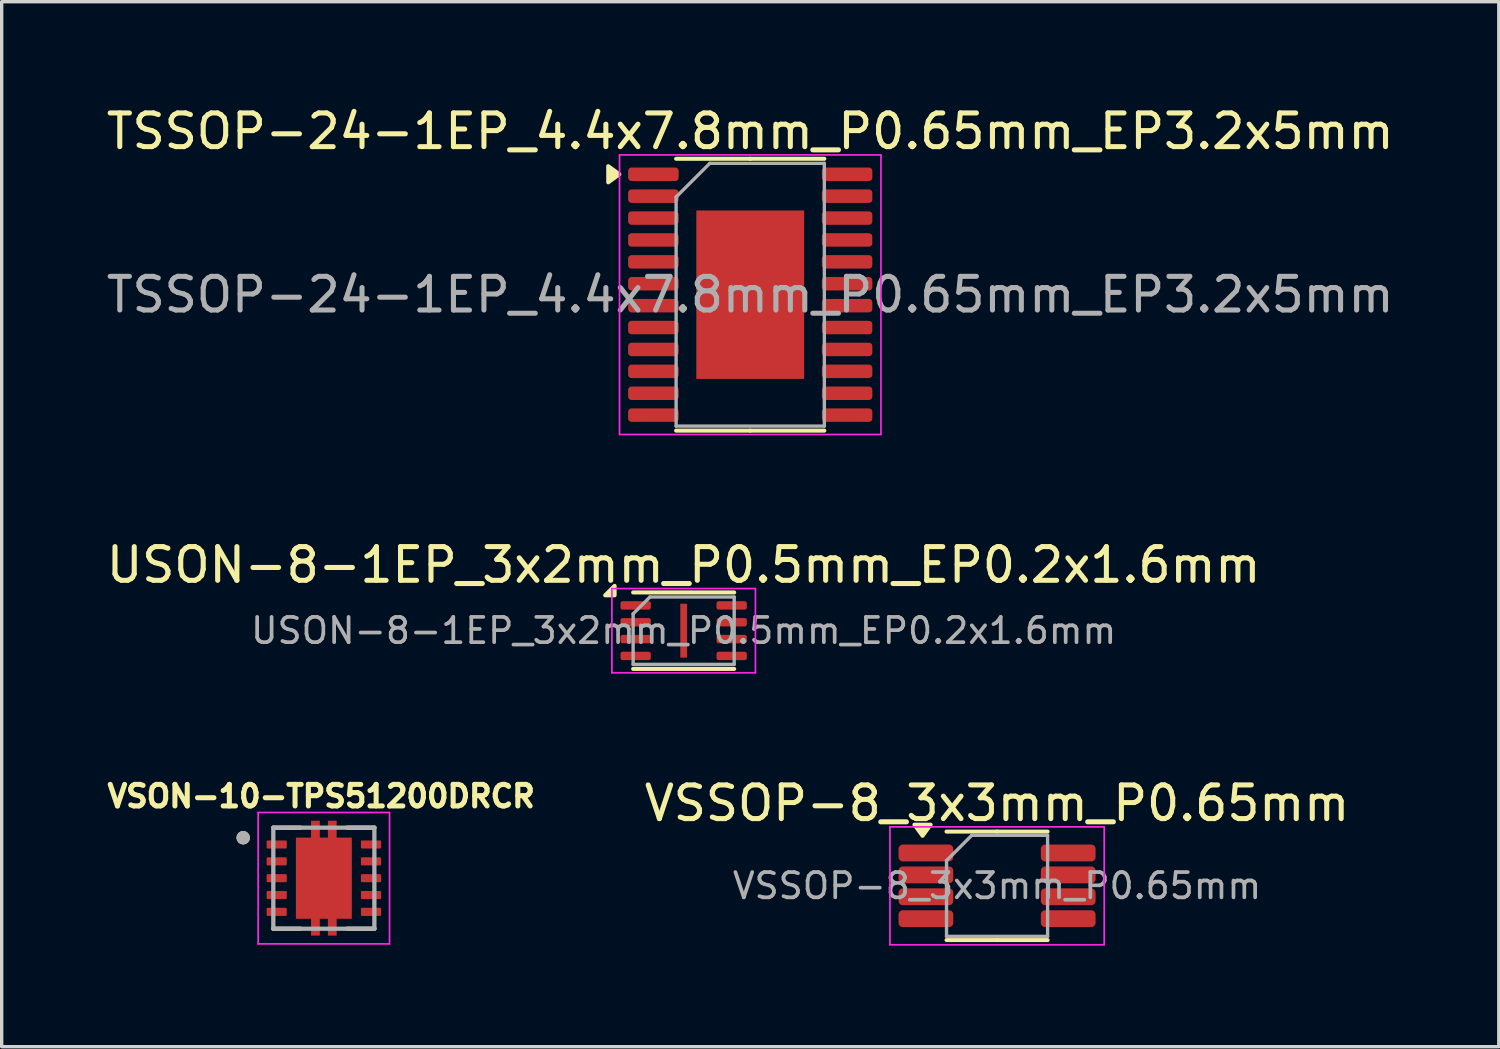
<source format=kicad_pcb>
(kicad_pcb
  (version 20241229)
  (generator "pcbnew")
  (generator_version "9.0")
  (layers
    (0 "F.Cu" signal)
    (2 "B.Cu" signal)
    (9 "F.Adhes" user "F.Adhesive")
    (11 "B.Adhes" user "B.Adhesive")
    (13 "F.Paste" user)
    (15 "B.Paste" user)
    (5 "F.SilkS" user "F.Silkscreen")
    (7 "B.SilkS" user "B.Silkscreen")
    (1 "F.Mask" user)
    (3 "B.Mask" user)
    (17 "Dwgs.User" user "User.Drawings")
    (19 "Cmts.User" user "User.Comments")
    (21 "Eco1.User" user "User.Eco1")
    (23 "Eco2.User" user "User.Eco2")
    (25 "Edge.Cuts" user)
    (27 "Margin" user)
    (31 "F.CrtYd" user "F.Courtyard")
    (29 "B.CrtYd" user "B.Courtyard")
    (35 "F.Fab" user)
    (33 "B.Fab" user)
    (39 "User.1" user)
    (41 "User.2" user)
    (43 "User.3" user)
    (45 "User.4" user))
  (footprint "VSSOP-8_3x3mm_P0.65mm"
    (layer "F.Cu")
    (at 26.547 23.245)
    (property "Reference" "VSSOP-8_3x3mm_P0.65mm" (at 0 -2.45 0) (layer "F.SilkS") (effects (font (size 1 1) (thickness 0.15))))
    (attr smd)
    (fp_line (start 0 -1.61) (end -1.5 -1.61) (stroke (width 0.12) (type solid)) (layer "F.SilkS"))
    (fp_line (start 0 -1.61) (end 1.5 -1.61) (stroke (width 0.12) (type solid)) (layer "F.SilkS"))
    (fp_line (start 0 1.61) (end -1.5 1.61) (stroke (width 0.12) (type solid)) (layer "F.SilkS"))
    (fp_line (start 0 1.61) (end 1.5 1.61) (stroke (width 0.12) (type solid)) (layer "F.SilkS"))
    (fp_poly (pts (xy -2.212 -1.485) (xy -2.453 -1.815) (xy -1.972 -1.815) (xy -2.212 -1.485)) (stroke (width 0.12) (type solid)) (fill yes) (layer "F.SilkS"))
    (fp_line (start -3.18 -1.75) (end -3.18 1.75) (stroke (width 0.05) (type solid)) (layer "F.CrtYd"))
    (fp_line (start -3.18 1.75) (end 3.18 1.75) (stroke (width 0.05) (type solid)) (layer "F.CrtYd"))
    (fp_line (start 3.18 -1.75) (end -3.18 -1.75) (stroke (width 0.05) (type solid)) (layer "F.CrtYd"))
    (fp_line (start 3.18 1.75) (end 3.18 -1.75) (stroke (width 0.05) (type solid)) (layer "F.CrtYd"))
    (fp_line (start -1.5 -0.75) (end -0.75 -1.5) (stroke (width 0.1) (type solid)) (layer "F.Fab"))
    (fp_line (start -1.5 1.5) (end -1.5 -0.75) (stroke (width 0.1) (type solid)) (layer "F.Fab"))
    (fp_line (start -0.75 -1.5) (end 1.5 -1.5) (stroke (width 0.1) (type solid)) (layer "F.Fab"))
    (fp_line (start 1.5 -1.5) (end 1.5 1.5) (stroke (width 0.1) (type solid)) (layer "F.Fab"))
    (fp_line (start 1.5 1.5) (end -1.5 1.5) (stroke (width 0.1) (type solid)) (layer "F.Fab"))
    (fp_text user "${REFERENCE}" (at 0 0 0) (layer "F.Fab") (effects (font (size 0.75 0.75) (thickness 0.11))))
    (pad "1" smd roundrect (at -2.112 -0.975) (size 1.625 0.5) (layers "F.Cu" "F.Mask" "F.Paste") (roundrect_rratio 0.25))
    (pad "2" smd roundrect (at -2.112 -0.325) (size 1.625 0.5) (layers "F.Cu" "F.Mask" "F.Paste") (roundrect_rratio 0.25))
    (pad "3" smd roundrect (at -2.112 0.325) (size 1.625 0.5) (layers "F.Cu" "F.Mask" "F.Paste") (roundrect_rratio 0.25))
    (pad "4" smd roundrect (at -2.112 0.975) (size 1.625 0.5) (layers "F.Cu" "F.Mask" "F.Paste") (roundrect_rratio 0.25))
    (pad "5" smd roundrect (at 2.112 0.975) (size 1.625 0.5) (layers "F.Cu" "F.Mask" "F.Paste") (roundrect_rratio 0.25))
    (pad "6" smd roundrect (at 2.112 0.325) (size 1.625 0.5) (layers "F.Cu" "F.Mask" "F.Paste") (roundrect_rratio 0.25))
    (pad "7" smd roundrect (at 2.112 -0.325) (size 1.625 0.5) (layers "F.Cu" "F.Mask" "F.Paste") (roundrect_rratio 0.25))
    (pad "8" smd roundrect (at 2.112 -0.975) (size 1.625 0.5) (layers "F.Cu" "F.Mask" "F.Paste") (roundrect_rratio 0.25)))
  (footprint "VSON-10-TPS51200DRCR"
    (layer "F.Cu")
    (at 6.563 23.018)
    (property "Reference" "VSON-10-TPS51200DRCR" (at -0.078 -2.433 0) (layer "F.SilkS") (effects (font (size 0.64 0.64) (thickness 0.15))))
    (attr smd)
    (fp_line (start -1.5 -1.5) (end -0.695 -1.5) (stroke (width 0.127) (type solid)) (layer "F.SilkS"))
    (fp_line (start -1.5 1.5) (end -0.695 1.5) (stroke (width 0.127) (type solid)) (layer "F.SilkS"))
    (fp_line (start 0.695 -1.5) (end 1.5 -1.5) (stroke (width 0.127) (type solid)) (layer "F.SilkS"))
    (fp_line (start 0.695 1.5) (end 1.5 1.5) (stroke (width 0.127) (type solid)) (layer "F.SilkS"))
    (fp_circle (center -2.395 -1.2) (end -2.295 -1.2) (stroke (width 0.2) (type solid)) (fill no) (layer "F.SilkS"))
    (fp_poly (pts (xy -0.75 -1.16) (xy 0.75 -1.16) (xy 0.75 -0.1) (xy -0.75 -0.1)) (stroke (width 0.01) (type solid)) (fill yes) (layer "F.Paste"))
    (fp_poly (pts (xy -0.75 0.1) (xy 0.75 0.1) (xy 0.75 1.16) (xy -0.75 1.16)) (stroke (width 0.01) (type solid)) (fill yes) (layer "F.Paste"))
    (fp_poly (pts (xy -0.375 -1.7) (xy -0.125 -1.7) (xy -0.125 -1.36) (xy -0.375 -1.36)) (stroke (width 0.01) (type solid)) (fill yes) (layer "F.Paste"))
    (fp_poly (pts (xy -0.375 1.36) (xy -0.125 1.36) (xy -0.125 1.7) (xy -0.375 1.7)) (stroke (width 0.01) (type solid)) (fill yes) (layer "F.Paste"))
    (fp_poly (pts (xy 0.125 -1.7) (xy 0.375 -1.7) (xy 0.375 -1.36) (xy 0.125 -1.36)) (stroke (width 0.01) (type solid)) (fill yes) (layer "F.Paste"))
    (fp_poly (pts (xy 0.125 1.36) (xy 0.375 1.36) (xy 0.375 1.7) (xy 0.125 1.7)) (stroke (width 0.01) (type solid)) (fill yes) (layer "F.Paste"))
    (fp_line (start -1.95 -1.95) (end -1.95 1.95) (stroke (width 0.05) (type solid)) (layer "F.CrtYd"))
    (fp_line (start -1.95 -1.95) (end 1.95 -1.95) (stroke (width 0.05) (type solid)) (layer "F.CrtYd"))
    (fp_line (start -1.95 1.95) (end 1.95 1.95) (stroke (width 0.05) (type solid)) (layer "F.CrtYd"))
    (fp_line (start 1.95 -1.95) (end 1.95 1.95) (stroke (width 0.05) (type solid)) (layer "F.CrtYd"))
    (fp_line (start -1.5 -1.5) (end -1.5 1.5) (stroke (width 0.127) (type solid)) (layer "F.Fab"))
    (fp_line (start -1.5 -1.5) (end 1.5 -1.5) (stroke (width 0.127) (type solid)) (layer "F.Fab"))
    (fp_line (start -1.5 1.5) (end 1.5 1.5) (stroke (width 0.127) (type solid)) (layer "F.Fab"))
    (fp_line (start 1.5 -1.5) (end 1.5 1.5) (stroke (width 0.127) (type solid)) (layer "F.Fab"))
    (fp_circle (center -2.395 -1.2) (end -2.295 -1.2) (stroke (width 0.2) (type solid)) (fill no) (layer "F.Fab"))
    (pad "1" smd roundrect (at -1.4 -1) (size 0.6 0.24) (layers "F.Cu" "F.Mask" "F.Paste") (roundrect_rratio 0.125))
    (pad "2" smd roundrect (at -1.4 -0.5) (size 0.6 0.24) (layers "F.Cu" "F.Mask" "F.Paste") (roundrect_rratio 0.125))
    (pad "3" smd roundrect (at -1.4 0) (size 0.6 0.24) (layers "F.Cu" "F.Mask" "F.Paste") (roundrect_rratio 0.125))
    (pad "4" smd roundrect (at -1.4 0.5) (size 0.6 0.24) (layers "F.Cu" "F.Mask" "F.Paste") (roundrect_rratio 0.125))
    (pad "5" smd roundrect (at -1.4 1) (size 0.6 0.24) (layers "F.Cu" "F.Mask" "F.Paste") (roundrect_rratio 0.125))
    (pad "6" smd roundrect (at 1.4 1) (size 0.6 0.24) (layers "F.Cu" "F.Mask" "F.Paste") (roundrect_rratio 0.125))
    (pad "7" smd roundrect (at 1.4 0.5) (size 0.6 0.24) (layers "F.Cu" "F.Mask" "F.Paste") (roundrect_rratio 0.125))
    (pad "8" smd roundrect (at 1.4 0) (size 0.6 0.24) (layers "F.Cu" "F.Mask" "F.Paste") (roundrect_rratio 0.125))
    (pad "9" smd roundrect (at 1.4 -0.5) (size 0.6 0.24) (layers "F.Cu" "F.Mask" "F.Paste") (roundrect_rratio 0.125))
    (pad "10" smd roundrect (at 1.4 -1) (size 0.6 0.24) (layers "F.Cu" "F.Mask" "F.Paste") (roundrect_rratio 0.125))
    (pad "11" smd custom (at 0 0) (size 1.65 2.4) (layers "F.Cu" "F.Mask" "F.Paste") (options (anchor rect)) (primitives (gr_poly (pts (xy -0.825 -1.2) (xy -0.375 -1.2) (xy -0.375 -1.7) (xy -0.125 -1.7) (xy -0.125 -1.2) (xy 0.125 -1.2) (xy 0.125 -1.7) (xy 0.375 -1.7) (xy 0.375 -1.2) (xy 0.825 -1.2) (xy 0.825 1.2) (xy 0.375 1.2) (xy 0.375 1.7) (xy 0.125 1.7) (xy 0.125 1.2) (xy -0.125 1.2) (xy -0.125 1.7) (xy -0.375 1.7) (xy -0.375 1.2) (xy -0.825 1.2)) (width 0.01) (fill yes)))))
  (footprint "TSSOP-24-1EP_4.4x7.8mm_P0.65mm_EP3.2x5mm"
    (layer "F.Cu")
    (at 19.22 5.698)
    (property "Reference" "TSSOP-24-1EP_4.4x7.8mm_P0.65mm_EP3.2x5mm" (at 0 -4.85 0) (layer "F.SilkS") (effects (font (size 1 1) (thickness 0.15))))
    (attr smd)
    (fp_line (start 0 -4.035) (end -2.2 -4.035) (stroke (width 0.12) (type solid)) (layer "F.SilkS"))
    (fp_line (start 0 -4.035) (end 2.2 -4.035) (stroke (width 0.12) (type solid)) (layer "F.SilkS"))
    (fp_line (start 0 4.035) (end -2.2 4.035) (stroke (width 0.12) (type solid)) (layer "F.SilkS"))
    (fp_line (start 0 4.035) (end 2.2 4.035) (stroke (width 0.12) (type solid)) (layer "F.SilkS"))
    (fp_poly (pts (xy -3.885 -3.575) (xy -4.215 -3.815) (xy -4.215 -3.335) (xy -3.885 -3.575)) (stroke (width 0.12) (type solid)) (fill yes) (layer "F.SilkS"))
    (fp_line (start -3.88 -4.15) (end -3.88 4.15) (stroke (width 0.05) (type solid)) (layer "F.CrtYd"))
    (fp_line (start -3.88 4.15) (end 3.88 4.15) (stroke (width 0.05) (type solid)) (layer "F.CrtYd"))
    (fp_line (start 3.88 -4.15) (end -3.88 -4.15) (stroke (width 0.05) (type solid)) (layer "F.CrtYd"))
    (fp_line (start 3.88 4.15) (end 3.88 -4.15) (stroke (width 0.05) (type solid)) (layer "F.CrtYd"))
    (fp_line (start -2.2 -2.9) (end -1.2 -3.9) (stroke (width 0.1) (type solid)) (layer "F.Fab"))
    (fp_line (start -2.2 3.9) (end -2.2 -2.9) (stroke (width 0.1) (type solid)) (layer "F.Fab"))
    (fp_line (start -1.2 -3.9) (end 2.2 -3.9) (stroke (width 0.1) (type solid)) (layer "F.Fab"))
    (fp_line (start 2.2 -3.9) (end 2.2 3.9) (stroke (width 0.1) (type solid)) (layer "F.Fab"))
    (fp_line (start 2.2 3.9) (end -2.2 3.9) (stroke (width 0.1) (type solid)) (layer "F.Fab"))
    (fp_text user "${REFERENCE}" (at 0 0 0) (layer "F.Fab") (effects (font (size 1 1) (thickness 0.15))))
    (pad "" smd roundrect (at -0.8 -1.67) (size 1.29 1.34) (layers "F.Paste") (roundrect_rratio 0.194))
    (pad "" smd roundrect (at -0.8 0) (size 1.29 1.34) (layers "F.Paste") (roundrect_rratio 0.194))
    (pad "" smd roundrect (at -0.8 1.67) (size 1.29 1.34) (layers "F.Paste") (roundrect_rratio 0.194))
    (pad "" smd roundrect (at 0.8 -1.67) (size 1.29 1.34) (layers "F.Paste") (roundrect_rratio 0.194))
    (pad "" smd roundrect (at 0.8 0) (size 1.29 1.34) (layers "F.Paste") (roundrect_rratio 0.194))
    (pad "" smd roundrect (at 0.8 1.67) (size 1.29 1.34) (layers "F.Paste") (roundrect_rratio 0.194))
    (pad "1" smd roundrect (at -2.875 -3.575) (size 1.5 0.4) (layers "F.Cu" "F.Mask" "F.Paste") (roundrect_rratio 0.25))
    (pad "2" smd roundrect (at -2.875 -2.925) (size 1.5 0.4) (layers "F.Cu" "F.Mask" "F.Paste") (roundrect_rratio 0.25))
    (pad "3" smd roundrect (at -2.875 -2.275) (size 1.5 0.4) (layers "F.Cu" "F.Mask" "F.Paste") (roundrect_rratio 0.25))
    (pad "4" smd roundrect (at -2.875 -1.625) (size 1.5 0.4) (layers "F.Cu" "F.Mask" "F.Paste") (roundrect_rratio 0.25))
    (pad "5" smd roundrect (at -2.875 -0.975) (size 1.5 0.4) (layers "F.Cu" "F.Mask" "F.Paste") (roundrect_rratio 0.25))
    (pad "6" smd roundrect (at -2.875 -0.325) (size 1.5 0.4) (layers "F.Cu" "F.Mask" "F.Paste") (roundrect_rratio 0.25))
    (pad "7" smd roundrect (at -2.875 0.325) (size 1.5 0.4) (layers "F.Cu" "F.Mask" "F.Paste") (roundrect_rratio 0.25))
    (pad "8" smd roundrect (at -2.875 0.975) (size 1.5 0.4) (layers "F.Cu" "F.Mask" "F.Paste") (roundrect_rratio 0.25))
    (pad "9" smd roundrect (at -2.875 1.625) (size 1.5 0.4) (layers "F.Cu" "F.Mask" "F.Paste") (roundrect_rratio 0.25))
    (pad "10" smd roundrect (at -2.875 2.275) (size 1.5 0.4) (layers "F.Cu" "F.Mask" "F.Paste") (roundrect_rratio 0.25))
    (pad "11" smd roundrect (at -2.875 2.925) (size 1.5 0.4) (layers "F.Cu" "F.Mask" "F.Paste") (roundrect_rratio 0.25))
    (pad "12" smd roundrect (at -2.875 3.575) (size 1.5 0.4) (layers "F.Cu" "F.Mask" "F.Paste") (roundrect_rratio 0.25))
    (pad "13" smd roundrect (at 2.875 3.575) (size 1.5 0.4) (layers "F.Cu" "F.Mask" "F.Paste") (roundrect_rratio 0.25))
    (pad "14" smd roundrect (at 2.875 2.925) (size 1.5 0.4) (layers "F.Cu" "F.Mask" "F.Paste") (roundrect_rratio 0.25))
    (pad "15" smd roundrect (at 2.875 2.275) (size 1.5 0.4) (layers "F.Cu" "F.Mask" "F.Paste") (roundrect_rratio 0.25))
    (pad "16" smd roundrect (at 2.875 1.625) (size 1.5 0.4) (layers "F.Cu" "F.Mask" "F.Paste") (roundrect_rratio 0.25))
    (pad "17" smd roundrect (at 2.875 0.975) (size 1.5 0.4) (layers "F.Cu" "F.Mask" "F.Paste") (roundrect_rratio 0.25))
    (pad "18" smd roundrect (at 2.875 0.325) (size 1.5 0.4) (layers "F.Cu" "F.Mask" "F.Paste") (roundrect_rratio 0.25))
    (pad "19" smd roundrect (at 2.875 -0.325) (size 1.5 0.4) (layers "F.Cu" "F.Mask" "F.Paste") (roundrect_rratio 0.25))
    (pad "20" smd roundrect (at 2.875 -0.975) (size 1.5 0.4) (layers "F.Cu" "F.Mask" "F.Paste") (roundrect_rratio 0.25))
    (pad "21" smd roundrect (at 2.875 -1.625) (size 1.5 0.4) (layers "F.Cu" "F.Mask" "F.Paste") (roundrect_rratio 0.25))
    (pad "22" smd roundrect (at 2.875 -2.275) (size 1.5 0.4) (layers "F.Cu" "F.Mask" "F.Paste") (roundrect_rratio 0.25))
    (pad "23" smd roundrect (at 2.875 -2.925) (size 1.5 0.4) (layers "F.Cu" "F.Mask" "F.Paste") (roundrect_rratio 0.25))
    (pad "24" smd roundrect (at 2.875 -3.575) (size 1.5 0.4) (layers "F.Cu" "F.Mask" "F.Paste") (roundrect_rratio 0.25))
    (pad "25" smd rect (at 0 0) (size 3.2 5) (property pad_prop_heatsink) (layers "F.Cu" "F.Mask")))
  (footprint "USON-8-1EP_3x2mm_P0.5mm_EP0.2x1.6mm"
    (layer "F.Cu")
    (at 17.244 15.671)
    (property "Reference" "USON-8-1EP_3x2mm_P0.5mm_EP0.2x1.6mm" (at 0 -1.95 0) (layer "F.SilkS") (effects (font (size 1 1) (thickness 0.15))))
    (attr smd)
    (fp_line (start -1.5 -1.135) (end 1.5 -1.135) (stroke (width 0.12) (type solid)) (layer "F.SilkS"))
    (fp_line (start -1.5 1.135) (end 1.5 1.135) (stroke (width 0.12) (type solid)) (layer "F.SilkS"))
    (fp_poly (pts (xy -2.05 -1.05) (xy -2.33 -1.05) (xy -2.05 -1.33) (xy -2.05 -1.05)) (stroke (width 0.12) (type solid)) (fill yes) (layer "F.SilkS"))
    (fp_line (start -2.13 -1.25) (end -2.13 1.25) (stroke (width 0.05) (type solid)) (layer "F.CrtYd"))
    (fp_line (start -2.13 1.25) (end 2.13 1.25) (stroke (width 0.05) (type solid)) (layer "F.CrtYd"))
    (fp_line (start 2.13 -1.25) (end -2.13 -1.25) (stroke (width 0.05) (type solid)) (layer "F.CrtYd"))
    (fp_line (start 2.13 1.25) (end 2.13 -1.25) (stroke (width 0.05) (type solid)) (layer "F.CrtYd"))
    (fp_line (start -1.5 -0.5) (end -1 -1) (stroke (width 0.1) (type solid)) (layer "F.Fab"))
    (fp_line (start -1.5 1) (end -1.5 -0.5) (stroke (width 0.1) (type solid)) (layer "F.Fab"))
    (fp_line (start -1 -1) (end 1.5 -1) (stroke (width 0.1) (type solid)) (layer "F.Fab"))
    (fp_line (start 1.5 -1) (end 1.5 1) (stroke (width 0.1) (type solid)) (layer "F.Fab"))
    (fp_line (start 1.5 1) (end -1.5 1) (stroke (width 0.1) (type solid)) (layer "F.Fab"))
    (fp_text user "${REFERENCE}" (at 0 0 0) (layer "F.Fab") (effects (font (size 0.75 0.75) (thickness 0.11))))
    (pad "" smd roundrect (at 0 0) (size 0.16 1.29) (layers "F.Paste") (roundrect_rratio 0.25))
    (pad "1" smd roundrect (at -1.425 -0.75) (size 0.9 0.25) (layers "F.Cu" "F.Mask" "F.Paste") (roundrect_rratio 0.25))
    (pad "2" smd roundrect (at -1.425 -0.25) (size 0.9 0.25) (layers "F.Cu" "F.Mask" "F.Paste") (roundrect_rratio 0.25))
    (pad "3" smd roundrect (at -1.425 0.25) (size 0.9 0.25) (layers "F.Cu" "F.Mask" "F.Paste") (roundrect_rratio 0.25))
    (pad "4" smd roundrect (at -1.425 0.75) (size 0.9 0.25) (layers "F.Cu" "F.Mask" "F.Paste") (roundrect_rratio 0.25))
    (pad "5" smd roundrect (at 1.425 0.75) (size 0.9 0.25) (layers "F.Cu" "F.Mask" "F.Paste") (roundrect_rratio 0.25))
    (pad "6" smd roundrect (at 1.425 0.25) (size 0.9 0.25) (layers "F.Cu" "F.Mask" "F.Paste") (roundrect_rratio 0.25))
    (pad "7" smd roundrect (at 1.425 -0.25) (size 0.9 0.25) (layers "F.Cu" "F.Mask" "F.Paste") (roundrect_rratio 0.25))
    (pad "8" smd roundrect (at 1.425 -0.75) (size 0.9 0.25) (layers "F.Cu" "F.Mask" "F.Paste") (roundrect_rratio 0.25))
    (pad "9" smd rect (at 0 0) (size 0.2 1.6) (property pad_prop_heatsink) (layers "F.Cu" "F.Mask")))
  (gr_rect
    (start -3 -3)
    (end 41.44 28.02)
    (stroke (width 0.1) (type default))
    (fill no)
    (layer "Edge.Cuts")))
</source>
